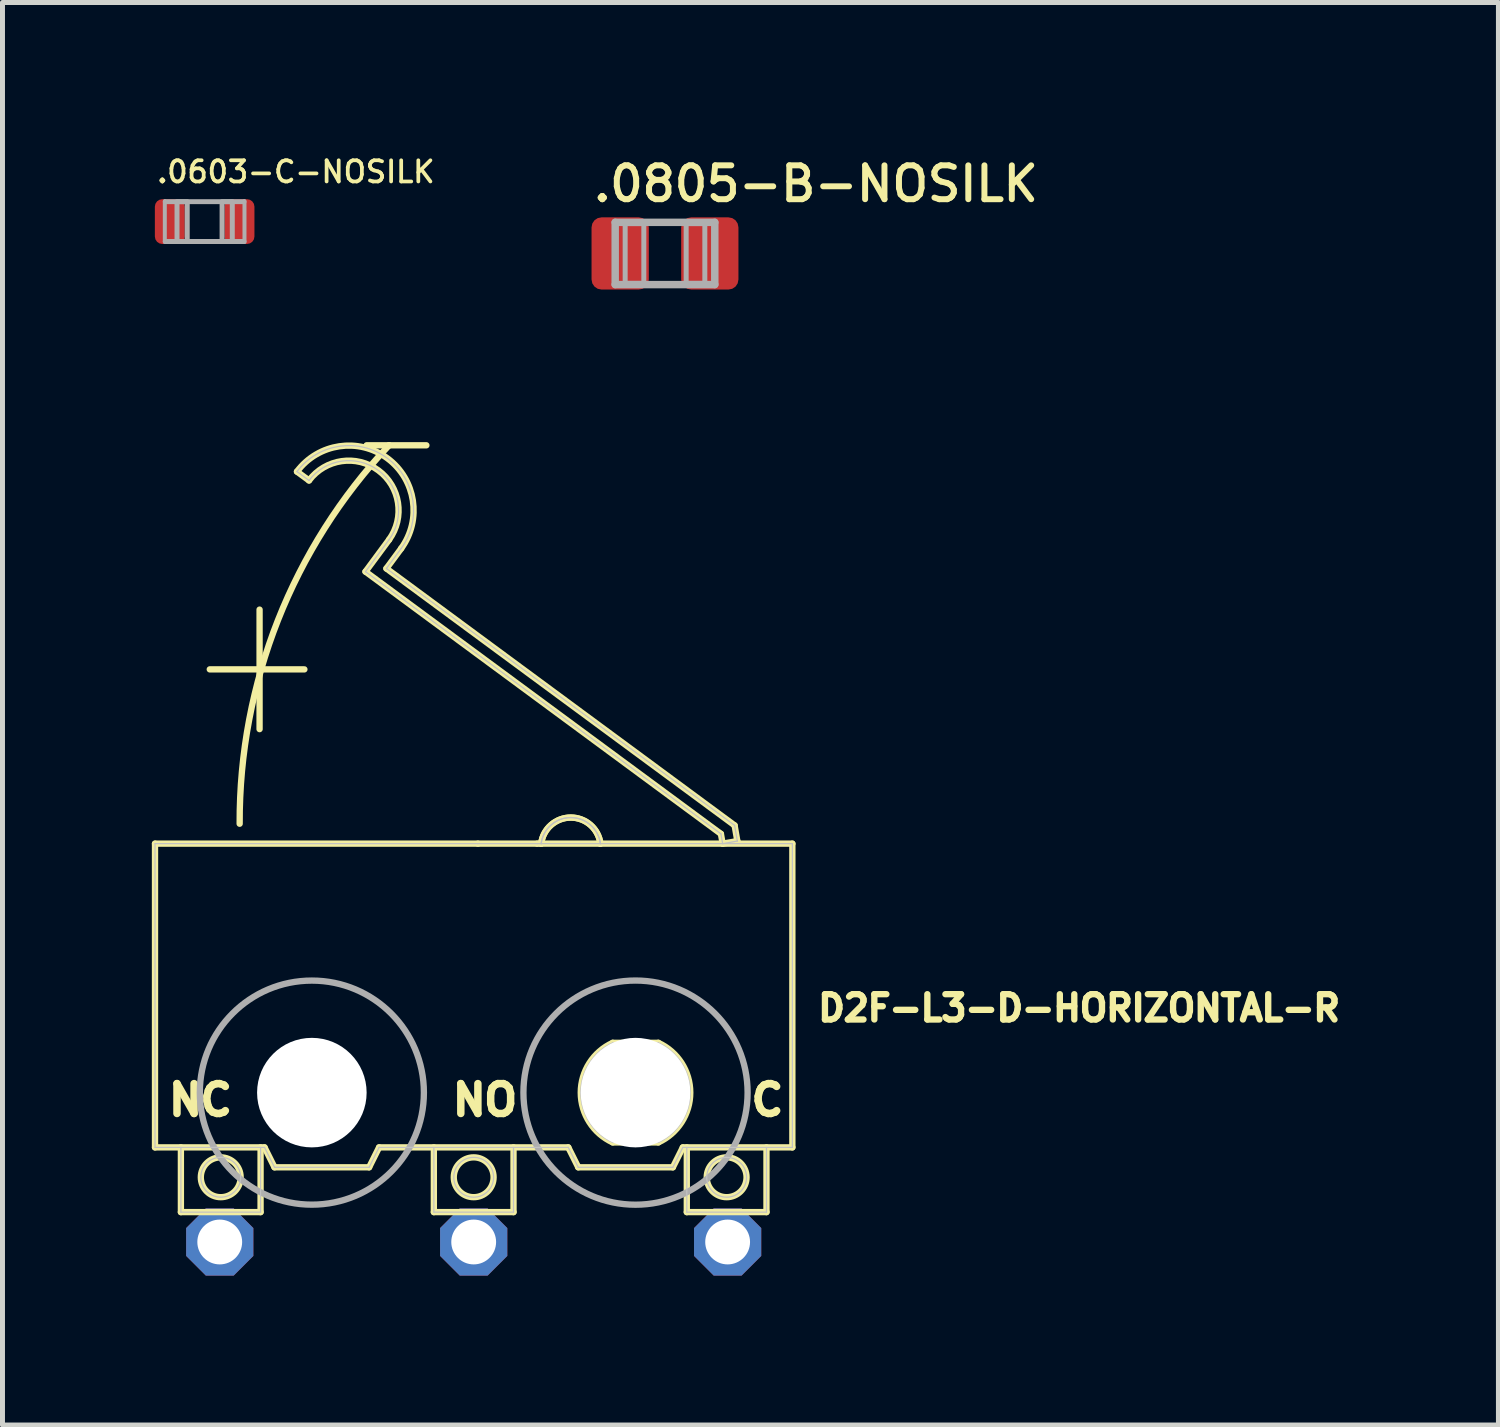
<source format=kicad_pcb>
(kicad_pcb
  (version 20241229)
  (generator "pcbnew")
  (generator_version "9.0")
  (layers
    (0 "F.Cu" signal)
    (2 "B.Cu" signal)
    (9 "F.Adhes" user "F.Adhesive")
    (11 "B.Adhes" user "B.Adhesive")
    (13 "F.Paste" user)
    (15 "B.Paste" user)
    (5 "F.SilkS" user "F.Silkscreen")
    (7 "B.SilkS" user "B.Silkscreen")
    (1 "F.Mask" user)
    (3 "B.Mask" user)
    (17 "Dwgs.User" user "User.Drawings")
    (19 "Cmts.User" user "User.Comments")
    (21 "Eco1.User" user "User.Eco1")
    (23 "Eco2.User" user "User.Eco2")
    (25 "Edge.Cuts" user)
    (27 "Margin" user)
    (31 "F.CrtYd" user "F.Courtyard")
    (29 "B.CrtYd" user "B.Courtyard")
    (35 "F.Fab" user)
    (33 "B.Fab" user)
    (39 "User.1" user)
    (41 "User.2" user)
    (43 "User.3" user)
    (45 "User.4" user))
  (footprint ".0603-C-NOSILK"
    (layer "F.Cu")
    (at 1.06 1.4)
    (property "Reference" ".0603-C-NOSILK" (at -1 -0.75 0) (layer "F.SilkS") (effects (font (size 0.425 0.425) (thickness 0.075)) (justify left bottom)))
    (fp_line (start -0.845 -0.295) (end -0.845 0.295) (stroke (width 0.43) (type solid)) (layer "F.Mask"))
    (fp_line (start -0.555 -0.295) (end -0.845 -0.295) (stroke (width 0.43) (type solid)) (layer "F.Mask"))
    (fp_line (start -0.555 -0.295) (end -0.555 0.295) (stroke (width 0.43) (type solid)) (layer "F.Mask"))
    (fp_line (start -0.555 0.295) (end -0.845 0.295) (stroke (width 0.43) (type solid)) (layer "F.Mask"))
    (fp_line (start 0.555 -0.295) (end 0.555 0.295) (stroke (width 0.43) (type solid)) (layer "F.Mask"))
    (fp_line (start 0.845 -0.295) (end 0.555 -0.295) (stroke (width 0.43) (type solid)) (layer "F.Mask"))
    (fp_line (start 0.845 -0.295) (end 0.845 0.295) (stroke (width 0.43) (type solid)) (layer "F.Mask"))
    (fp_line (start 0.845 0.295) (end 0.555 0.295) (stroke (width 0.43) (type solid)) (layer "F.Mask"))
    (fp_line (start -0.8 0.41) (end -0.8 -0.41) (stroke (width 0.08) (type solid)) (layer "F.Fab"))
    (fp_line (start -0.79 -0.4) (end 0.79 -0.4) (stroke (width 0.1) (type solid)) (layer "F.Fab"))
    (fp_line (start 0.79 0.4) (end -0.79 0.4) (stroke (width 0.1) (type solid)) (layer "F.Fab"))
    (fp_line (start 0.8 -0.41) (end 0.8 0.41) (stroke (width 0.08) (type solid)) (layer "F.Fab"))
    (fp_poly (pts (xy -0.555 0.4) (xy -0.35 0.4) (xy -0.35 -0.4) (xy -0.555 -0.4)) (stroke (width 0.1) (type default)) (fill no) (layer "F.Fab"))
    (fp_poly (pts (xy 0.35 0.4) (xy 0.555 0.4) (xy 0.555 -0.4) (xy 0.35 -0.4)) (stroke (width 0.1) (type default)) (fill no) (layer "F.Fab"))
    (pad "1" smd roundrect (at -0.7 0) (size 0.6 0.9) (layers "F.Cu" "F.Paste") (roundrect_rratio 0.25))
    (pad "2" smd roundrect (at 0.7 0) (size 0.6 0.9) (layers "F.Cu" "F.Paste") (roundrect_rratio 0.25)))
  (footprint ".0805-B-NOSILK"
    (layer "F.Cu")
    (at 10.305 2.04)
    (property "Reference" ".0805-B-NOSILK" (at -1.5 -1 0) (layer "F.SilkS") (effects (font (size 0.68 0.68) (thickness 0.12)) (justify left bottom)))
    (fp_poly (pts (xy -0.26 0.79) (xy -1.54 0.79) (xy -1.54 -0.79) (xy -0.26 -0.79)) (stroke (width 0) (type default)) (fill yes) (layer "F.Mask"))
    (fp_poly (pts (xy 1.54 0.79) (xy 0.26 0.79) (xy 0.26 -0.79) (xy 1.54 -0.79)) (stroke (width 0) (type default)) (fill yes) (layer "F.Mask"))
    (fp_line (start -1 -0.625) (end 1 -0.625) (stroke (width 0.15) (type solid)) (layer "F.Fab"))
    (fp_line (start -1 0.625) (end -1 -0.625) (stroke (width 0.15) (type solid)) (layer "F.Fab"))
    (fp_line (start 1 -0.625) (end 1 0.625) (stroke (width 0.15) (type solid)) (layer "F.Fab"))
    (fp_line (start 1 0.625) (end -1 0.625) (stroke (width 0.15) (type solid)) (layer "F.Fab"))
    (fp_poly (pts (xy -0.8 0.6) (xy -0.425 0.6) (xy -0.425 -0.6) (xy -0.8 -0.6)) (stroke (width 0.1) (type default)) (fill no) (layer "F.Fab"))
    (fp_poly (pts (xy 0.425 0.6) (xy 0.8 0.6) (xy 0.8 -0.6) (xy 0.425 -0.6)) (stroke (width 0.1) (type default)) (fill no) (layer "F.Fab"))
    (pad "1" smd roundrect (at -0.9 0) (size 1.15 1.45) (layers "F.Cu" "F.Paste") (roundrect_rratio 0.175))
    (pad "2" smd roundrect (at 0.9 0) (size 1.15 1.45) (layers "F.Cu" "F.Paste") (roundrect_rratio 0.175)))
  (footprint "D2F-L3-D-HORIZONTAL-R"
    (layer "F.Cu")
    (at 6.463 18.893)
    (property "Reference" "D2F-L3-D-HORIZONTAL-R" (at 6.85 -1.4 0) (layer "F.SilkS") (effects (font (size 0.508 0.508) (thickness 0.127)) (justify left bottom)))
    (fp_line (start -6.4 -5) (end 0.085 -5) (stroke (width 0.127) (type solid)) (layer "F.SilkS"))
    (fp_line (start -6.4 1.1) (end -6.4 -5) (stroke (width 0.127) (type solid)) (layer "F.SilkS"))
    (fp_line (start -6.4 1.1) (end -4.2 1.1) (stroke (width 0.127) (type solid)) (layer "F.SilkS"))
    (fp_line (start -5.88 2.4) (end -5.88 1.1) (stroke (width 0.127) (type solid)) (layer "F.SilkS"))
    (fp_line (start -4.3 -8.5) (end -5.3 -8.5) (stroke (width 0.127) (type solid)) (layer "F.SilkS"))
    (fp_line (start -4.3 -8.5) (end -4.3 -9.7) (stroke (width 0.127) (type solid)) (layer "F.SilkS"))
    (fp_line (start -4.3 -7.3) (end -4.3 -8.5) (stroke (width 0.127) (type solid)) (layer "F.SilkS"))
    (fp_line (start -4.28 1.1) (end -4.28 2.4) (stroke (width 0.127) (type solid)) (layer "F.SilkS"))
    (fp_line (start -4.28 2.4) (end -5.88 2.4) (stroke (width 0.127) (type solid)) (layer "F.SilkS"))
    (fp_line (start -4.2 1.1) (end -4 1.5) (stroke (width 0.127) (type solid)) (layer "F.SilkS"))
    (fp_line (start -3.4 -8.5) (end -4.3 -8.5) (stroke (width 0.127) (type solid)) (layer "F.SilkS"))
    (fp_line (start -3.307 -12.294) (end -3.549 -12.472) (stroke (width 0.127) (type solid)) (layer "F.SilkS"))
    (fp_line (start -2.173 -10.463) (end -1.698 -11.106) (stroke (width 0.127) (type solid)) (layer "F.SilkS"))
    (fp_line (start -2.15 -13) (end -1.7 -13) (stroke (width 0.127) (type solid)) (layer "F.SilkS"))
    (fp_line (start -2.1 1.5) (end -4 1.5) (stroke (width 0.127) (type solid)) (layer "F.SilkS"))
    (fp_line (start -2.1 1.5) (end -1.9 1.1) (stroke (width 0.127) (type solid)) (layer "F.SilkS"))
    (fp_line (start -1.9 1.1) (end 1.9 1.1) (stroke (width 0.127) (type solid)) (layer "F.SilkS"))
    (fp_line (start -1.753 -10.526) (end 5.24 -5.367) (stroke (width 0.127) (type solid)) (layer "F.SilkS"))
    (fp_line (start -1.7 -13) (end -0.95 -13) (stroke (width 0.127) (type solid)) (layer "F.SilkS"))
    (fp_line (start -1.456 -10.928) (end -1.753 -10.526) (stroke (width 0.127) (type solid)) (layer "F.SilkS"))
    (fp_line (start -0.8 2.4) (end -0.8 1.1) (stroke (width 0.127) (type solid)) (layer "F.SilkS"))
    (fp_line (start 0.085 -5) (end 1.275 -5) (stroke (width 0.127) (type solid)) (layer "F.SilkS"))
    (fp_line (start 0.8 1.1) (end 0.8 2.4) (stroke (width 0.127) (type solid)) (layer "F.SilkS"))
    (fp_line (start 0.8 2.4) (end -0.8 2.4) (stroke (width 0.127) (type solid)) (layer "F.SilkS"))
    (fp_line (start 1.275 -5) (end 1.355 -5) (stroke (width 0.127) (type solid)) (layer "F.SilkS"))
    (fp_line (start 1.355 -5) (end 2.545 -5) (stroke (width 0.127) (type solid)) (layer "F.SilkS"))
    (fp_line (start 1.9 1.1) (end 2.1 1.5) (stroke (width 0.127) (type solid)) (layer "F.SilkS"))
    (fp_line (start 2.545 -5) (end 6.4 -5) (stroke (width 0.127) (type solid)) (layer "F.SilkS"))
    (fp_line (start 2.792 1) (end 3.708 1) (stroke (width 0.127) (type solid)) (layer "F.SilkS"))
    (fp_line (start 3.708 -1) (end 2.792 -1) (stroke (width 0.127) (type solid)) (layer "F.SilkS"))
    (fp_line (start 4 1.5) (end 2.1 1.5) (stroke (width 0.127) (type solid)) (layer "F.SilkS"))
    (fp_line (start 4 1.5) (end 4.2 1.1) (stroke (width 0.127) (type solid)) (layer "F.SilkS"))
    (fp_line (start 4.2 1.1) (end 6.4 1.1) (stroke (width 0.127) (type solid)) (layer "F.SilkS"))
    (fp_line (start 4.28 2.4) (end 4.28 1.1) (stroke (width 0.127) (type solid)) (layer "F.SilkS"))
    (fp_line (start 4.965 -5.197) (end -2.173 -10.463) (stroke (width 0.127) (type solid)) (layer "F.SilkS"))
    (fp_line (start 5 -5) (end 4.965 -5.197) (stroke (width 0.127) (type solid)) (layer "F.SilkS"))
    (fp_line (start 5.24 -5.367) (end 5.295 -5.052) (stroke (width 0.127) (type solid)) (layer "F.SilkS"))
    (fp_line (start 5.295 -5.052) (end 5 -5) (stroke (width 0.127) (type solid)) (layer "F.SilkS"))
    (fp_line (start 5.88 1.1) (end 5.88 2.4) (stroke (width 0.127) (type solid)) (layer "F.SilkS"))
    (fp_line (start 5.88 2.4) (end 4.28 2.4) (stroke (width 0.127) (type solid)) (layer "F.SilkS"))
    (fp_line (start 6.4 -5) (end 6.4 1.1) (stroke (width 0.127) (type solid)) (layer "F.SilkS"))
    (fp_arc (start -4.7 -5.4) (mid -3.930582 -9.488387) (end -1.7 -12.999999) (stroke (width 0.127) (type solid)) (layer "F.SilkS"))
    (fp_arc (start -3.54864 -12.471731) (mid -1.730759 -12.74615) (end -1.45634 -10.928269) (stroke (width 0.127) (type solid)) (layer "F.SilkS"))
    (fp_arc (start -3.307218 -12.29364) (mid -1.90885 -12.504725) (end -1.697761 -11.106358) (stroke (width 0.127) (type solid)) (layer "F.SilkS"))
    (fp_arc (start 1.35484 -5) (mid 1.95 -5.523974) (end 2.54516 -5) (stroke (width 0.127) (type solid)) (layer "F.SilkS"))
    (fp_arc (start 1.35484 -5) (mid 1.95 -5.523974) (end 2.54516 -5) (stroke (width 0.127) (type solid)) (layer "F.SilkS"))
    (fp_arc (start 2.79174 1) (mid 2.149998 0) (end 2.791739 -1) (stroke (width 0.127) (type solid)) (layer "F.SilkS"))
    (fp_arc (start 3.708259 -1) (mid 4.35 0) (end 3.708258 1) (stroke (width 0.127) (type solid)) (layer "F.SilkS"))
    (fp_circle (center -5.08 1.7) (end -4.68 1.7) (stroke (width 0.127) (type solid)) (fill no) (layer "F.SilkS"))
    (fp_circle (center -3.25 0) (end -2.25 0) (stroke (width 0.127) (type solid)) (fill no) (layer "F.SilkS"))
    (fp_circle (center 0 1.7) (end 0.4 1.7) (stroke (width 0.127) (type solid)) (fill no) (layer "F.SilkS"))
    (fp_circle (center 5.08 1.7) (end 5.48 1.7) (stroke (width 0.127) (type solid)) (fill no) (layer "F.SilkS"))
    (fp_line (start -6.4 -5) (end 0.085 -5) (stroke (width 0.025) (type solid)) (layer "Dwgs.User"))
    (fp_line (start -6.4 1.1) (end -6.4 -5) (stroke (width 0.025) (type solid)) (layer "Dwgs.User"))
    (fp_line (start -6.4 1.1) (end -4.2 1.1) (stroke (width 0.025) (type solid)) (layer "Dwgs.User"))
    (fp_line (start -5.88 2.4) (end -5.88 1.1) (stroke (width 0.025) (type solid)) (layer "Dwgs.User"))
    (fp_line (start -4.28 1.1) (end -4.28 2.4) (stroke (width 0.025) (type solid)) (layer "Dwgs.User"))
    (fp_line (start -4.28 2.4) (end -5.88 2.4) (stroke (width 0.025) (type solid)) (layer "Dwgs.User"))
    (fp_line (start -4.2 1.1) (end -4 1.5) (stroke (width 0.025) (type solid)) (layer "Dwgs.User"))
    (fp_line (start -3.307 -12.294) (end -3.549 -12.472) (stroke (width 0.025) (type solid)) (layer "Dwgs.User"))
    (fp_line (start -2.173 -10.463) (end -1.698 -11.106) (stroke (width 0.025) (type solid)) (layer "Dwgs.User"))
    (fp_line (start -2.1 1.5) (end -4 1.5) (stroke (width 0.025) (type solid)) (layer "Dwgs.User"))
    (fp_line (start -2.1 1.5) (end -1.9 1.1) (stroke (width 0.025) (type solid)) (layer "Dwgs.User"))
    (fp_line (start -1.9 1.1) (end 1.9 1.1) (stroke (width 0.025) (type solid)) (layer "Dwgs.User"))
    (fp_line (start -1.753 -10.526) (end 5.24 -5.367) (stroke (width 0.025) (type solid)) (layer "Dwgs.User"))
    (fp_line (start -1.456 -10.928) (end -1.753 -10.526) (stroke (width 0.025) (type solid)) (layer "Dwgs.User"))
    (fp_line (start -0.8 2.4) (end -0.8 1.1) (stroke (width 0.025) (type solid)) (layer "Dwgs.User"))
    (fp_line (start 0.085 -5) (end 1.275 -5) (stroke (width 0.025) (type solid)) (layer "Dwgs.User"))
    (fp_line (start 0.8 1.1) (end 0.8 2.4) (stroke (width 0.025) (type solid)) (layer "Dwgs.User"))
    (fp_line (start 0.8 2.4) (end -0.8 2.4) (stroke (width 0.025) (type solid)) (layer "Dwgs.User"))
    (fp_line (start 1.275 -5) (end 1.355 -5) (stroke (width 0.025) (type solid)) (layer "Dwgs.User"))
    (fp_line (start 1.355 -5) (end 2.545 -5) (stroke (width 0.025) (type solid)) (layer "Dwgs.User"))
    (fp_line (start 1.9 1.1) (end 2.1 1.5) (stroke (width 0.025) (type solid)) (layer "Dwgs.User"))
    (fp_line (start 2.545 -5) (end 6.4 -5) (stroke (width 0.025) (type solid)) (layer "Dwgs.User"))
    (fp_line (start 2.792 1) (end 3.708 1) (stroke (width 0.025) (type solid)) (layer "Dwgs.User"))
    (fp_line (start 3.708 -1) (end 2.792 -1) (stroke (width 0.025) (type solid)) (layer "Dwgs.User"))
    (fp_line (start 4 1.5) (end 2.1 1.5) (stroke (width 0.025) (type solid)) (layer "Dwgs.User"))
    (fp_line (start 4 1.5) (end 4.2 1.1) (stroke (width 0.025) (type solid)) (layer "Dwgs.User"))
    (fp_line (start 4.2 1.1) (end 6.4 1.1) (stroke (width 0.025) (type solid)) (layer "Dwgs.User"))
    (fp_line (start 4.28 2.4) (end 4.28 1.1) (stroke (width 0.025) (type solid)) (layer "Dwgs.User"))
    (fp_line (start 4.965 -5.197) (end -2.173 -10.463) (stroke (width 0.025) (type solid)) (layer "Dwgs.User"))
    (fp_line (start 5 -5) (end 4.965 -5.197) (stroke (width 0.025) (type solid)) (layer "Dwgs.User"))
    (fp_line (start 5.24 -5.367) (end 5.295 -5.052) (stroke (width 0.025) (type solid)) (layer "Dwgs.User"))
    (fp_line (start 5.295 -5.052) (end 5 -5) (stroke (width 0.025) (type solid)) (layer "Dwgs.User"))
    (fp_line (start 5.88 1.1) (end 5.88 2.4) (stroke (width 0.025) (type solid)) (layer "Dwgs.User"))
    (fp_line (start 5.88 2.4) (end 4.28 2.4) (stroke (width 0.025) (type solid)) (layer "Dwgs.User"))
    (fp_line (start 6.4 -5) (end 6.4 1.1) (stroke (width 0.025) (type solid)) (layer "Dwgs.User"))
    (fp_arc (start -3.54864 -12.471731) (mid -1.730759 -12.74615) (end -1.45634 -10.928269) (stroke (width 0.025) (type solid)) (layer "Dwgs.User"))
    (fp_arc (start -3.307218 -12.29364) (mid -1.90885 -12.504725) (end -1.697761 -11.106358) (stroke (width 0.025) (type solid)) (layer "Dwgs.User"))
    (fp_arc (start 1.35484 -5) (mid 1.95 -5.523974) (end 2.54516 -5) (stroke (width 0.025) (type solid)) (layer "Dwgs.User"))
    (fp_arc (start 1.35484 -5) (mid 1.95 -5.523974) (end 2.54516 -5) (stroke (width 0.025) (type solid)) (layer "Dwgs.User"))
    (fp_arc (start 2.79174 1) (mid 2.149998 0) (end 2.791739 -1) (stroke (width 0.025) (type solid)) (layer "Dwgs.User"))
    (fp_arc (start 3.708259 -1) (mid 4.35 0) (end 3.708258 1) (stroke (width 0.025) (type solid)) (layer "Dwgs.User"))
    (fp_circle (center -5.08 1.7) (end -4.68 1.7) (stroke (width 0.025) (type solid)) (fill no) (layer "Dwgs.User"))
    (fp_circle (center -3.25 0) (end -2.25 0) (stroke (width 0.025) (type solid)) (fill no) (layer "Dwgs.User"))
    (fp_circle (center 0 1.7) (end 0.4 1.7) (stroke (width 0.025) (type solid)) (fill no) (layer "Dwgs.User"))
    (fp_circle (center 5.08 1.7) (end 5.48 1.7) (stroke (width 0.025) (type solid)) (fill no) (layer "Dwgs.User"))
    (fp_circle (center -3.25 0) (end -1 0) (stroke (width 0.127) (type solid)) (fill no) (layer "F.Fab"))
    (fp_circle (center 3.25 0) (end 5.501 0) (stroke (width 0.127) (type solid)) (fill no) (layer "F.Fab"))
    (fp_text user "NO" (at -0.5 0.5 0) (layer "F.SilkS") (effects (font (size 0.6 0.6) (thickness 0.15)) (justify left bottom)))
    (fp_text user "C" (at 5.5 0.5 0) (layer "F.SilkS") (effects (font (size 0.6 0.6) (thickness 0.15)) (justify left bottom)))
    (fp_text user "NC" (at -6.2 0.5 0) (layer "F.SilkS") (effects (font (size 0.6 0.6) (thickness 0.15)) (justify left bottom)))
    (pad "" np_thru_hole circle (at -3.25 0) (size 2.2 2.2) (drill 2.2) (layers "*.Cu" "*.Mask"))
    (pad "" np_thru_hole circle (at 3.25 0) (size 2.2 2.2) (drill 2.2) (layers "*.Cu" "*.Mask"))
    (pad "C" thru_hole roundrect (at 5.1 3 315) (size 1.35 1.35) (drill 0.9) (layers "*.Cu" "*.Mask") (roundrect_rratio 0.25) (chamfer_ratio 0.293) (chamfer top_left top_right bottom_left bottom_right))
    (pad "NC" thru_hole roundrect (at -5.1 3 225) (size 1.35 1.35) (drill 0.9) (layers "*.Cu" "*.Mask") (roundrect_rratio 0.25) (chamfer_ratio 0.293) (chamfer top_left top_right bottom_left bottom_right))
    (pad "NO" thru_hole roundrect (at 0 3 270) (size 1.35 1.35) (drill 0.9) (layers "*.Cu" "*.Mask") (roundrect_rratio 0.25) (chamfer_ratio 0.293) (chamfer top_left top_right bottom_left bottom_right)))
  (gr_rect
    (start -3 -3)
    (end 27.043 25.569)
    (stroke (width 0.1) (type default))
    (fill no)
    (layer "Edge.Cuts")))
</source>
